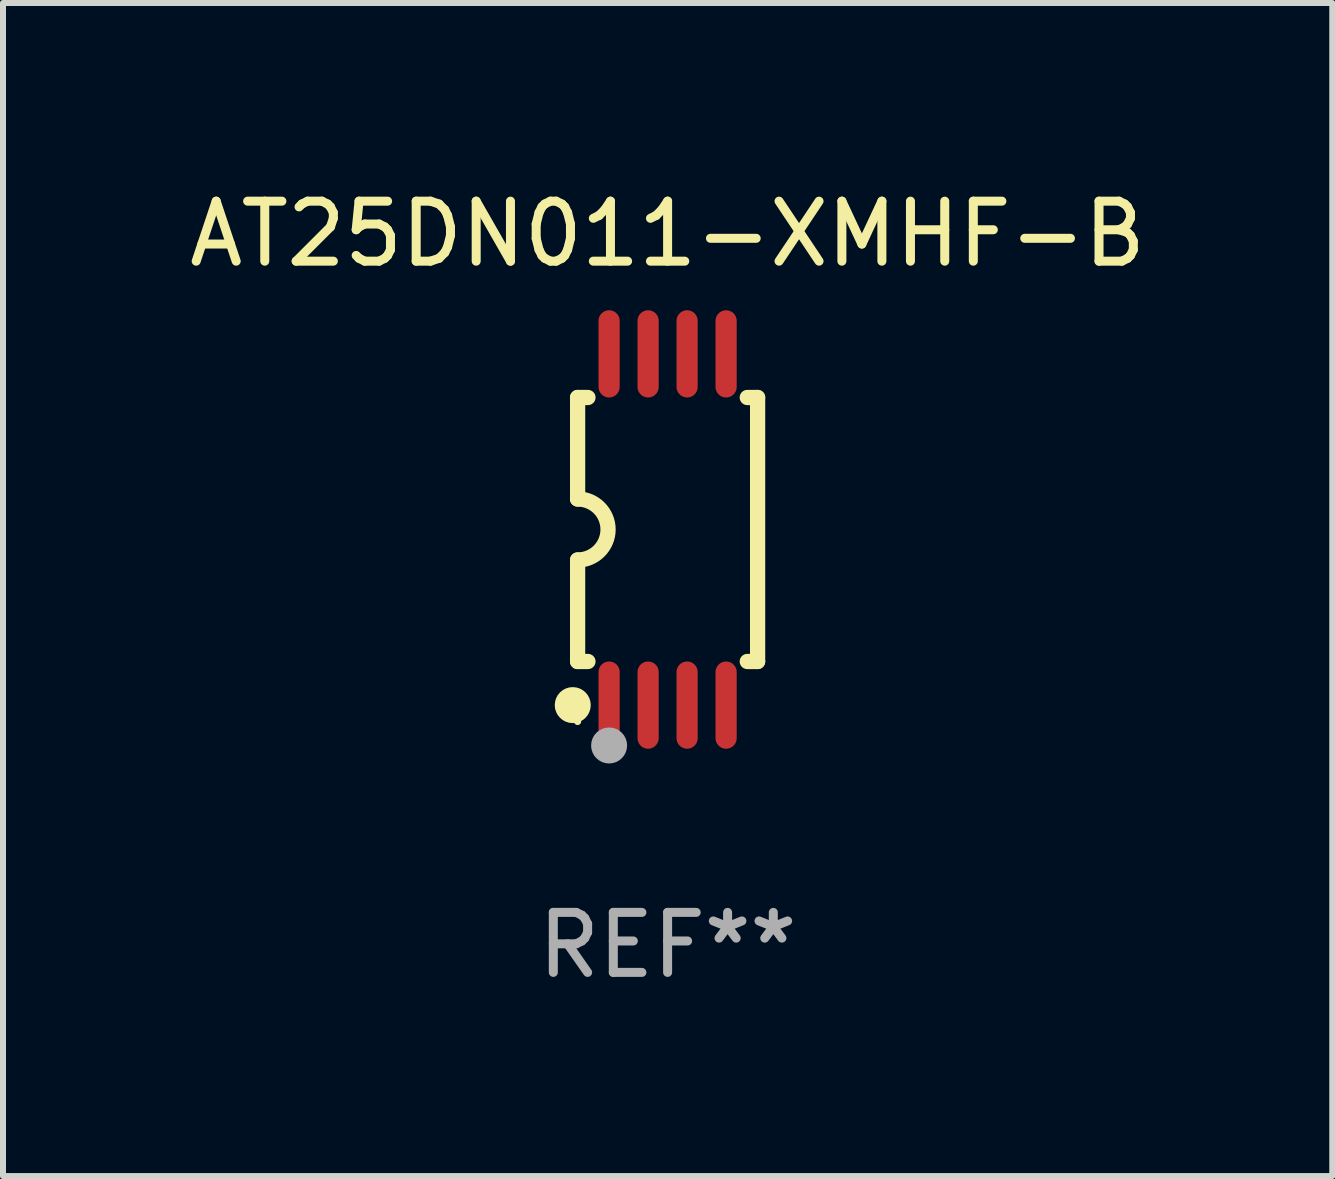
<source format=kicad_pcb>
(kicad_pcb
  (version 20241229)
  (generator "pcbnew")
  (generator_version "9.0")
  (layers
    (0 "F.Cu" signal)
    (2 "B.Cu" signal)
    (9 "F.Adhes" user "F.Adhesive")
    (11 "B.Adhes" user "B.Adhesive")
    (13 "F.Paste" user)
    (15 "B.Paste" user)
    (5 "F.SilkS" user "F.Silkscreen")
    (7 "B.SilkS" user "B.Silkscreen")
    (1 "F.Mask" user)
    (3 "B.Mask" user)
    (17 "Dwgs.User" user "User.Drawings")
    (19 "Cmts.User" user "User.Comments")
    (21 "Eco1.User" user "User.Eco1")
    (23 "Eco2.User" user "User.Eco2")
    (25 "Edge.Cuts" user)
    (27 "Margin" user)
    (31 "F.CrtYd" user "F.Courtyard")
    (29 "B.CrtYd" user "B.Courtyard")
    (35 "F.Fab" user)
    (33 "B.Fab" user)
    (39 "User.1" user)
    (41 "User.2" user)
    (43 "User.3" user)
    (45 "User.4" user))
  (footprint "AT25DN011-XMHF-B"
    (layer "F.Cu")
    (at 8.077 5.775)
    (property "Reference" "AT25DN011-XMHF-B" (at 0 -4.927 0) (layer "F.SilkS") (effects (font (size 1 1) (thickness 0.15))))
    (attr through_hole)
    (fp_line (start -1.5 -2.2) (end -1.5 -0.508) (stroke (width 0.254) (type solid)) (layer "F.SilkS"))
    (fp_line (start -1.5 -2.2) (end -1.328 -2.2) (stroke (width 0.254) (type solid)) (layer "F.SilkS"))
    (fp_line (start -1.5 2.2) (end -1.5 0.508) (stroke (width 0.254) (type solid)) (layer "F.SilkS"))
    (fp_line (start -1.5 2.2) (end -1.328 2.2) (stroke (width 0.254) (type solid)) (layer "F.SilkS"))
    (fp_line (start 1.328 -2.2) (end 1.5 -2.2) (stroke (width 0.254) (type solid)) (layer "F.SilkS"))
    (fp_line (start 1.328 2.2) (end 1.5 2.2) (stroke (width 0.254) (type solid)) (layer "F.SilkS"))
    (fp_line (start 1.5 -2.2) (end 1.5 2.2) (stroke (width 0.254) (type solid)) (layer "F.SilkS"))
    (fp_arc (start -1.501144 -0.508) (mid -0.993143 -0.000571) (end -1.5 0.508001) (stroke (width 0.254001) (type solid)) (layer "F.SilkS"))
    (fp_circle (center -1.581 2.927) (end -1.431 2.927) (stroke (width 0.3) (type solid)) (fill no) (layer "F.SilkS"))
    (fp_circle (center -1.5 3.2) (end -1.47 3.2) (stroke (width 0.06) (type solid)) (fill no) (layer "F.SilkS"))
    (fp_circle (center -0.975 3.6) (end -0.825 3.6) (stroke (width 0.3) (type solid)) (fill no) (layer "F.Fab"))
    (fp_text user "REF**" (at 0 6.927 0) (layer "F.Fab") (effects (font (size 1 1) (thickness 0.15))))
    (pad "1" smd oval (at -0.975 2.927) (size 0.353 1.454) (layers "F.Cu" "F.Mask" "F.Paste"))
    (pad "2" smd oval (at -0.325 2.927) (size 0.353 1.454) (layers "F.Cu" "F.Mask" "F.Paste"))
    (pad "3" smd oval (at 0.325 2.927) (size 0.353 1.454) (layers "F.Cu" "F.Mask" "F.Paste"))
    (pad "4" smd oval (at 0.975 2.927) (size 0.353 1.454) (layers "F.Cu" "F.Mask" "F.Paste"))
    (pad "5" smd oval (at 0.975 -2.927) (size 0.353 1.454) (layers "F.Cu" "F.Mask" "F.Paste"))
    (pad "6" smd oval (at 0.325 -2.927) (size 0.353 1.454) (layers "F.Cu" "F.Mask" "F.Paste"))
    (pad "7" smd oval (at -0.325 -2.927) (size 0.353 1.454) (layers "F.Cu" "F.Mask" "F.Paste"))
    (pad "8" smd oval (at -0.975 -2.927) (size 0.353 1.454) (layers "F.Cu" "F.Mask" "F.Paste")))
  (gr_rect
    (start -3 -3)
    (end 19.155 16.551)
    (stroke (width 0.1) (type default))
    (fill no)
    (layer "Edge.Cuts")))
</source>
